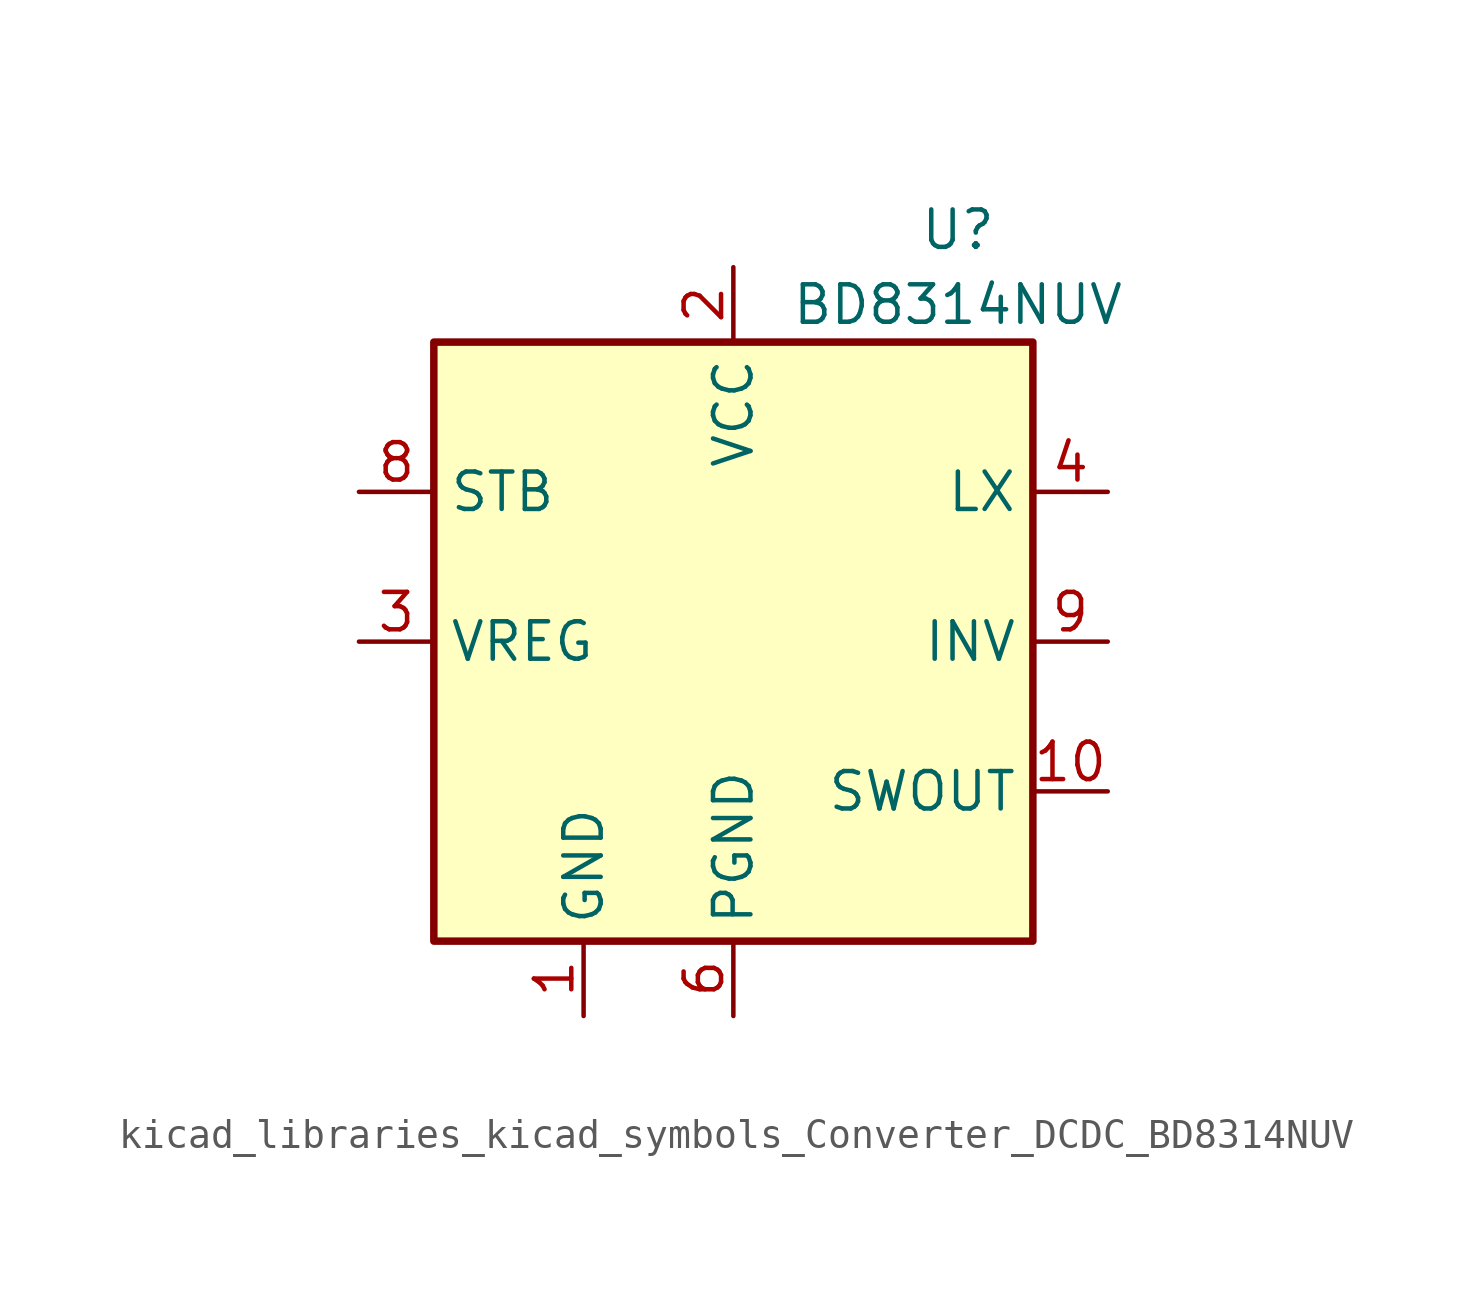
<source format=kicad_sym>
(kicad_symbol_lib
  (version 20220914)
  (generator kicad_symbol_editor)
  (symbol "kicad_libraries_kicad_symbols_Converter_DCDC_BD8314NUV"
    (property "Reference" "U"
      (at 7.62 13.97 0)
      (effects (font (size 1.27 1.27))))
    (property "Value" "BD8314NUV"
      (at 7.62 11.43 0)
      (effects (font (size 1.27 1.27))))
    (symbol "kicad_libraries_kicad_symbols_Converter_DCDC_BD8314NUV_0_1"
      (rectangle (start -10.16 10.16) (end 10.16 -10.16) (stroke (width 0.254) (type default)) (fill (type background))))
    (symbol "kicad_libraries_kicad_symbols_Converter_DCDC_BD8314NUV_1_1"
      (pin power_in line (at -5.08 -12.7 90) (length 2.54) (name "GND" (effects (font (size 1.27 1.27)))) (number "1" (effects (font (size 1.27 1.27)))))
      (pin passive line (at 12.7 -5.08 180) (length 2.54) (name "SWOUT" (effects (font (size 1.27 1.27)))) (number "10" (effects (font (size 1.27 1.27)))))
      (pin passive line (at 0 -12.7 90) (length 2.54) hide (name "PGND" (effects (font (size 1.27 1.27)))) (number "11" (effects (font (size 1.27 1.27)))))
      (pin power_in line (at 0 12.7 270) (length 2.54) (name "VCC" (effects (font (size 1.27 1.27)))) (number "2" (effects (font (size 1.27 1.27)))))
      (pin passive line (at -12.7 0 0) (length 2.54) (name "VREG" (effects (font (size 1.27 1.27)))) (number "3" (effects (font (size 1.27 1.27)))))
      (pin passive line (at 12.7 5.08 180) (length 2.54) (name "LX" (effects (font (size 1.27 1.27)))) (number "4" (effects (font (size 1.27 1.27)))))
      (pin passive line (at 12.7 5.08 180) (length 2.54) hide (name "LX" (effects (font (size 1.27 1.27)))) (number "5" (effects (font (size 1.27 1.27)))))
      (pin power_in line (at 0 -12.7 90) (length 2.54) (name "PGND" (effects (font (size 1.27 1.27)))) (number "6" (effects (font (size 1.27 1.27)))))
      (pin passive line (at 0 -12.7 90) (length 2.54) hide (name "PGND" (effects (font (size 1.27 1.27)))) (number "7" (effects (font (size 1.27 1.27)))))
      (pin input line (at -12.7 5.08 0) (length 2.54) (name "STB" (effects (font (size 1.27 1.27)))) (number "8" (effects (font (size 1.27 1.27)))))
      (pin passive line (at 12.7 0 180) (length 2.54) (name "INV" (effects (font (size 1.27 1.27)))) (number "9" (effects (font (size 1.27 1.27))))))))
</source>
